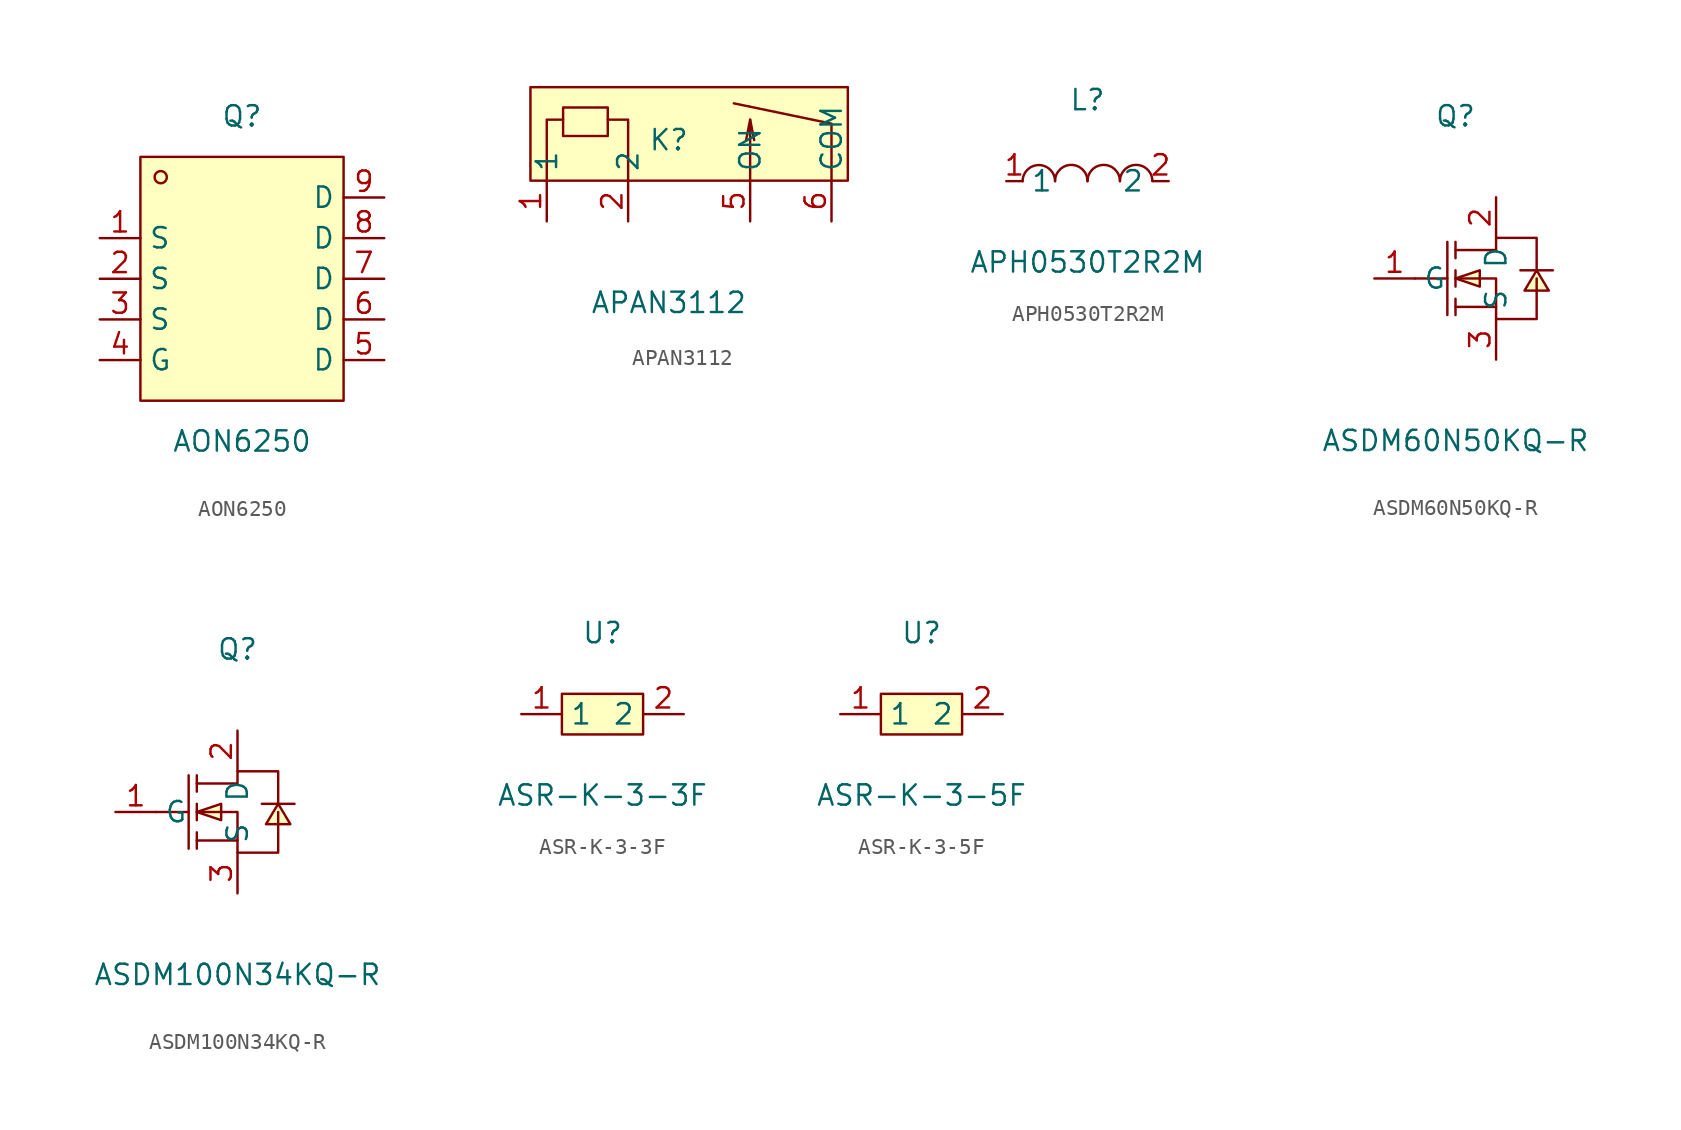
<source format=kicad_sym>
(kicad_symbol_lib
  (version 20231120)
  (generator "kicad_symbol_editor")
  (generator_version "8.0")
  (symbol "AON6250"
    (property "Reference" "Q"
      (at 0 11.43 0)
      (effects (font (size 1.27 1.27))))
    (property "Value" "AON6250"
      (at 0 -8.89 0)
      (effects (font (size 1.27 1.27))))
    (symbol "AON6250_0_1"
      (rectangle (start -6.35 8.89) (end 6.35 -6.35) (stroke (width 0) (type default)) (fill (type background)))
      (circle (center -5.08 7.62) (radius 0.38) (stroke (width 0) (type default)) (fill (type none)))
      (pin unspecified line (at -8.89 3.81 0) (length 2.54) (name "S" (effects (font (size 1.27 1.27)))) (number "1" (effects (font (size 1.27 1.27)))))
      (pin unspecified line (at -8.89 1.27 0) (length 2.54) (name "S" (effects (font (size 1.27 1.27)))) (number "2" (effects (font (size 1.27 1.27)))))
      (pin unspecified line (at -8.89 -1.27 0) (length 2.54) (name "S" (effects (font (size 1.27 1.27)))) (number "3" (effects (font (size 1.27 1.27)))))
      (pin unspecified line (at -8.89 -3.81 0) (length 2.54) (name "G" (effects (font (size 1.27 1.27)))) (number "4" (effects (font (size 1.27 1.27)))))
      (pin unspecified line (at 8.89 -3.81 180) (length 2.54) (name "D" (effects (font (size 1.27 1.27)))) (number "5" (effects (font (size 1.27 1.27)))))
      (pin unspecified line (at 8.89 -1.27 180) (length 2.54) (name "D" (effects (font (size 1.27 1.27)))) (number "6" (effects (font (size 1.27 1.27)))))
      (pin unspecified line (at 8.89 1.27 180) (length 2.54) (name "D" (effects (font (size 1.27 1.27)))) (number "7" (effects (font (size 1.27 1.27)))))
      (pin unspecified line (at 8.89 3.81 180) (length 2.54) (name "D" (effects (font (size 1.27 1.27)))) (number "8" (effects (font (size 1.27 1.27)))))
      (pin unspecified line (at 8.89 6.35 180) (length 2.54) (name "D" (effects (font (size 1.27 1.27)))) (number "9" (effects (font (size 1.27 1.27)))))))
  (symbol "APAN3112"
    (property "Reference" "K"
      (at 0 1.27 0)
      (effects (font (size 1.27 1.27))))
    (property "Value" "APAN3112"
      (at 0 -8.89 0)
      (effects (font (size 1.27 1.27))))
    (symbol "APAN3112_0_1"
      (rectangle (start -6.60 3.30) (end -3.81 1.52) (stroke (width 0) (type default) (color 0 0 0 0)) (fill (type background)))
      (rectangle (start -8.64 4.57) (end 11.18 -1.27) (stroke (width 0) (type default) (color 0 0 0 0)) (fill (type background)))
      (polyline (pts (xy -6.60 2.54) (xy -7.62 2.54) (xy -7.62 -1.27)) (stroke (width 0) (type default) (color 0 0 0 0)) (fill (type none)))
      (polyline (pts (xy -3.81 2.54) (xy -2.54 2.54) (xy -2.54 -1.27)) (stroke (width 0) (type default) (color 0 0 0 0)) (fill (type none)))
      (polyline (pts (xy 5.08 -1.27) (xy 5.08 2.54) (xy 4.83 1.27)) (stroke (width 0) (type default) (color 0 0 0 0)) (fill (type none)))
      (polyline (pts (xy 5.08 2.54) (xy 5.33 1.27)) (stroke (width 0) (type default) (color 0 0 0 0)) (fill (type none)))
      (polyline (pts (xy 10.16 -1.27) (xy 10.16 2.29) (xy 4.06 3.56)) (stroke (width 0) (type default) (color 0 0 0 0)) (fill (type none)))
      (pin unspecified line (at -7.62 -3.81 90) (length 2.54) (name "1" (effects (font (size 1.27 1.27)))) (number "1" (effects (font (size 1.27 1.27)))))
      (pin unspecified line (at -2.54 -3.81 90) (length 2.54) (name "2" (effects (font (size 1.27 1.27)))) (number "2" (effects (font (size 1.27 1.27)))))
      (pin unspecified line (at 5.08 -3.81 90) (length 2.54) (name "ON" (effects (font (size 1.27 1.27)))) (number "5" (effects (font (size 1.27 1.27)))))
      (pin unspecified line (at 10.16 -3.81 90) (length 2.54) (name "COM" (effects (font (size 1.27 1.27)))) (number "6" (effects (font (size 1.27 1.27)))))))
  (symbol "APH0530T2R2M"
    (property "Reference" "L"
      (at 0 5.08 0)
      (effects (font (size 1.27 1.27))))
    (property "Value" "APH0530T2R2M"
      (at 0 -5.08 0)
      (effects (font (size 1.27 1.27))))
    (symbol "APH0530T2R2M_0_1"
      (arc (start -2.03 0.01) (mid -3.055 1.013) (end -4.06 -0.01) (stroke (width 0) (type default)) (fill (type none)))
      (arc (start 0 0.01) (mid -1.025 1.013) (end -2.03 -0.01) (stroke (width 0) (type default)) (fill (type none)))
      (arc (start 2.03 0.01) (mid 1.005 1.013) (end 0 -0.01) (stroke (width 0) (type default)) (fill (type none)))
      (arc (start 4.06 0.01) (mid 3.035 1.013) (end 2.03 -0.01) (stroke (width 0) (type default)) (fill (type none)))
      (pin unspecified line (at -5.08 0 0) (length 1.016) (name "1" (effects (font (size 1.27 1.27)))) (number "1" (effects (font (size 1.27 1.27)))))
      (pin unspecified line (at 5.08 0 180) (length 1.016) (name "2" (effects (font (size 1.27 1.27)))) (number "2" (effects (font (size 1.27 1.27)))))))
  (symbol "ASDM60N50KQ-R"
    (property "Reference" "Q"
      (at 0 10.16 0)
      (effects (font (size 1.27 1.27))))
    (property "Value" "ASDM60N50KQ-R"
      (at 0 -10.16 0)
      (effects (font (size 1.27 1.27))))
    (symbol "ASDM60N50KQ-R_0_1"
      (polyline (pts (xy -2.54 0) (xy -0.51 0)) (stroke (width 0) (type default)) (fill (type none)))
      (polyline (pts (xy -0.51 2.29) (xy -0.51 -2.29)) (stroke (width 0) (type default)) (fill (type none)))
      (polyline (pts (xy 0 -2.29) (xy 0 -1.27)) (stroke (width 0) (type default)) (fill (type none)))
      (polyline (pts (xy 0 -0.51) (xy 0 0.51)) (stroke (width 0) (type default)) (fill (type none)))
      (polyline (pts (xy 0 2.29) (xy 0 1.27)) (stroke (width 0) (type default)) (fill (type none)))
      (polyline (pts (xy 2.54 -1.78) (xy 0 -1.78)) (stroke (width 0) (type default)) (fill (type none)))
      (polyline (pts (xy 0 0) (xy 1.52 -0.51) (xy 1.52 0.51) (xy 0 0)) (stroke (width 0) (type default)) (fill (type background)))
      (polyline (pts (xy 5.08 0.51) (xy 4.32 -0.76) (xy 5.84 -0.76) (xy 5.08 0.51)) (stroke (width 0) (type default)) (fill (type background)))
      (polyline (pts (xy 6.1 0.51) (xy 5.59 0.51) (xy 4.57 0.51) (xy 4.06 0.51)) (stroke (width 0) (type default)) (fill (type none)))
      (polyline (pts (xy 0 0) (xy 2.54 0) (xy 2.54 -2.54) (xy 5.08 -2.54) (xy 5.08 0)) (stroke (width 0) (type default)) (fill (type none)))
      (polyline (pts (xy 0 1.78) (xy 2.54 1.78) (xy 2.54 2.54) (xy 5.08 2.54) (xy 5.08 0.51)) (stroke (width 0) (type default)) (fill (type none)))
      (pin unspecified line (at -5.08 0 0) (length 2.54) (name "G" (effects (font (size 1.27 1.27)))) (number "1" (effects (font (size 1.27 1.27)))))
      (pin unspecified line (at 2.54 5.08 270) (length 2.54) (name "D" (effects (font (size 1.27 1.27)))) (number "2" (effects (font (size 1.27 1.27)))))
      (pin unspecified line (at 2.54 -5.08 90) (length 2.54) (name "S" (effects (font (size 1.27 1.27)))) (number "3" (effects (font (size 1.27 1.27)))))))
  (symbol "ASDM100N34KQ-R"
    (property "Reference" "Q"
      (at 0 10.16 0)
      (effects (font (size 1.27 1.27))))
    (property "Value" "ASDM100N34KQ-R"
      (at 0 -10.16 0)
      (effects (font (size 1.27 1.27))))
    (symbol "ASDM100N34KQ-R_0_1"
      (polyline (pts (xy -5.08 0) (xy -3.05 0)) (stroke (width 0) (type default)) (fill (type none)))
      (polyline (pts (xy -3.05 2.29) (xy -3.05 -2.29)) (stroke (width 0) (type default)) (fill (type none)))
      (polyline (pts (xy -2.54 -2.29) (xy -2.54 -1.27)) (stroke (width 0) (type default)) (fill (type none)))
      (polyline (pts (xy -2.54 -0.51) (xy -2.54 0.51)) (stroke (width 0) (type default)) (fill (type none)))
      (polyline (pts (xy -2.54 2.29) (xy -2.54 1.27)) (stroke (width 0) (type default)) (fill (type none)))
      (polyline (pts (xy 0 -1.78) (xy -2.54 -1.78)) (stroke (width 0) (type default)) (fill (type none)))
      (polyline (pts (xy -2.54 0) (xy -1.02 -0.51) (xy -1.02 0.51) (xy -2.54 0)) (stroke (width 0) (type default)) (fill (type background)))
      (polyline (pts (xy 2.54 0.51) (xy 1.78 -0.76) (xy 3.3 -0.76) (xy 2.54 0.51)) (stroke (width 0) (type default)) (fill (type background)))
      (polyline (pts (xy 3.56 0.51) (xy 3.05 0.51) (xy 2.03 0.51) (xy 1.52 0.51)) (stroke (width 0) (type default)) (fill (type none)))
      (polyline (pts (xy -2.54 0) (xy 0 0) (xy 0 -2.54) (xy 2.54 -2.54) (xy 2.54 0)) (stroke (width 0) (type default)) (fill (type none)))
      (polyline (pts (xy -2.54 1.78) (xy 0 1.78) (xy 0 2.54) (xy 2.54 2.54) (xy 2.54 0.51)) (stroke (width 0) (type default)) (fill (type none)))
      (pin unspecified line (at -7.62 0 0) (length 2.54) (name "G" (effects (font (size 1.27 1.27)))) (number "1" (effects (font (size 1.27 1.27)))))
      (pin unspecified line (at 0 5.08 270) (length 2.54) (name "D" (effects (font (size 1.27 1.27)))) (number "2" (effects (font (size 1.27 1.27)))))
      (pin unspecified line (at 0 -5.08 90) (length 2.54) (name "S" (effects (font (size 1.27 1.27)))) (number "3" (effects (font (size 1.27 1.27)))))))
  (symbol "ASR-K-3-3F"
    (property "Reference" "U"
      (at 0 5.08 0)
      (effects (font (size 1.27 1.27))))
    (property "Value" "ASR-K-3-3F"
      (at 0 -5.08 0)
      (effects (font (size 1.27 1.27))))
    (symbol "ASR-K-3-3F_0_1"
      (rectangle (start -2.54 1.27) (end 2.54 -1.27) (stroke (width 0) (type default)) (fill (type background)))
      (pin unspecified line (at -5.08 0 0) (length 2.54) (name "1" (effects (font (size 1.27 1.27)))) (number "1" (effects (font (size 1.27 1.27)))))
      (pin unspecified line (at 5.08 0 180) (length 2.54) (name "2" (effects (font (size 1.27 1.27)))) (number "2" (effects (font (size 1.27 1.27)))))))
  (symbol "ASR-K-3-5F"
    (property "Reference" "U"
      (at 0 5.08 0)
      (effects (font (size 1.27 1.27))))
    (property "Value" "ASR-K-3-5F"
      (at 0 -5.08 0)
      (effects (font (size 1.27 1.27))))
    (symbol "ASR-K-3-5F_0_1"
      (rectangle (start -2.54 1.27) (end 2.54 -1.27) (stroke (width 0) (type default)) (fill (type background)))
      (pin unspecified line (at -5.08 0 0) (length 2.54) (name "1" (effects (font (size 1.27 1.27)))) (number "1" (effects (font (size 1.27 1.27)))))
      (pin unspecified line (at 5.08 0 180) (length 2.54) (name "2" (effects (font (size 1.27 1.27)))) (number "2" (effects (font (size 1.27 1.27))))))))
</source>
